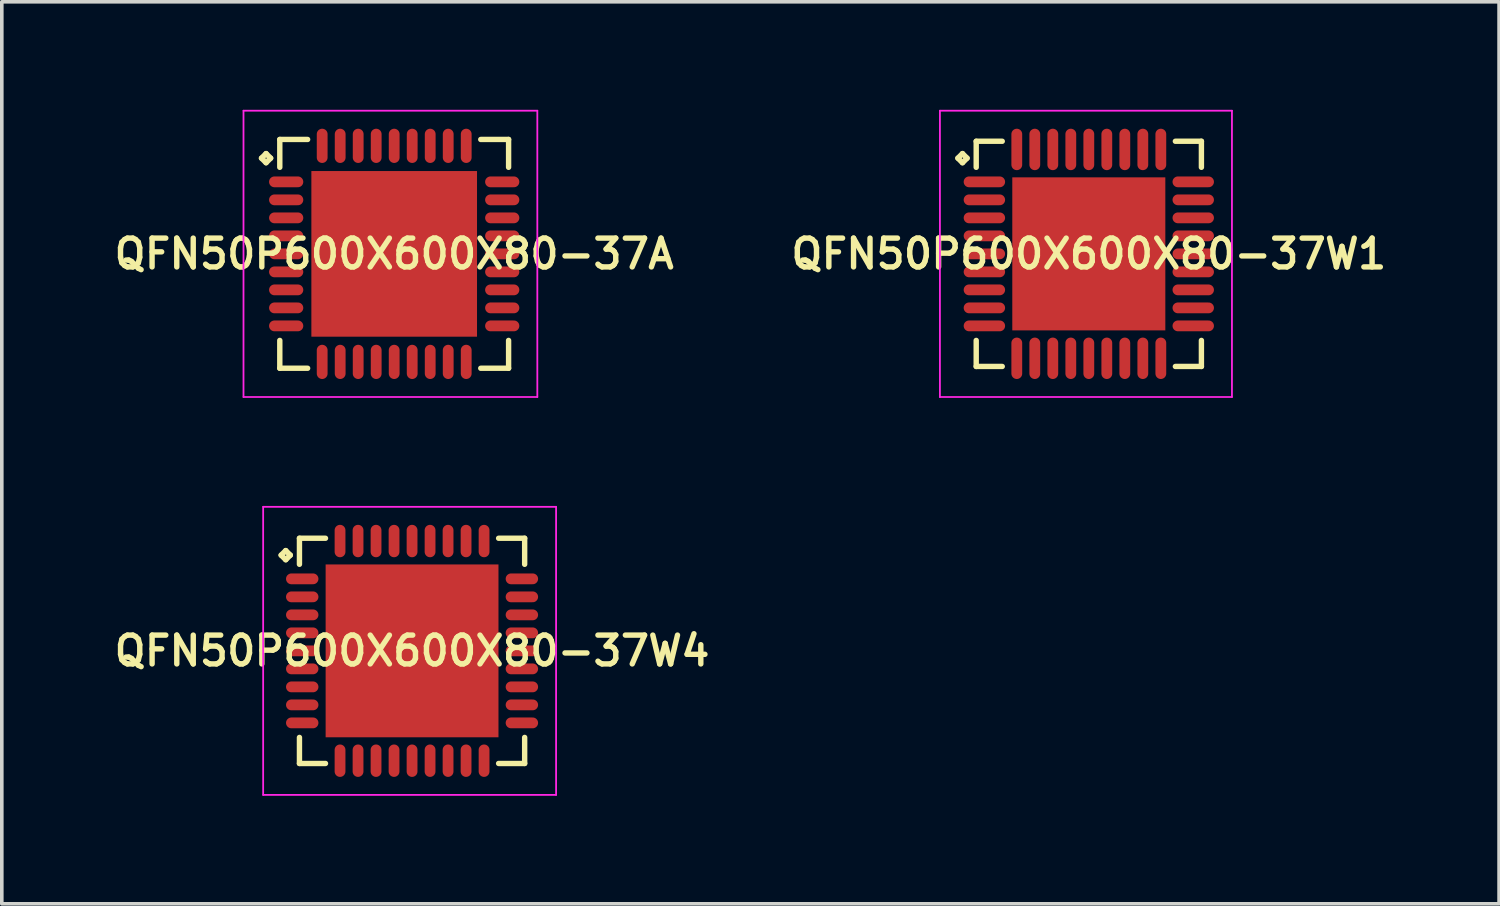
<source format=kicad_pcb>
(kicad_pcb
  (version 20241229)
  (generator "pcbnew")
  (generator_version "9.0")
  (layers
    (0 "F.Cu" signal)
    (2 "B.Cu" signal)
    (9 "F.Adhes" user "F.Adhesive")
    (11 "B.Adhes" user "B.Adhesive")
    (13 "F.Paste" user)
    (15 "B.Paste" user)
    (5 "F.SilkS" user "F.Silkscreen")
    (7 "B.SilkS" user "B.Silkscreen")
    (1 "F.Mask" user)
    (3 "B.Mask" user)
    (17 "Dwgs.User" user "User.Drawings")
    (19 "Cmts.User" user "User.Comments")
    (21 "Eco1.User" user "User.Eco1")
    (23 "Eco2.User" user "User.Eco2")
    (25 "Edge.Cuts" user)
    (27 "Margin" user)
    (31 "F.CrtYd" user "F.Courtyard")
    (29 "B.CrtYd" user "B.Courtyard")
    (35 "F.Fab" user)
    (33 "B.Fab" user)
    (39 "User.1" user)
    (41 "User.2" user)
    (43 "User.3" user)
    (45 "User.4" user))
  (footprint "QFN50P600X600X80-37A"
    (layer "F.Cu")
    (at 7.897 4)
    (property "Reference" "QFN50P600X600X80-37A" (at 0 0 0) (layer "F.SilkS") (effects (font (size 0.8 0.8) (thickness 0.15))))
    (attr smd)
    (fp_line (start -3.685 -2.658) (end -3.558 -2.785) (stroke (width 0.15) (type solid)) (layer "F.SilkS"))
    (fp_line (start -3.558 -2.785) (end -3.431 -2.658) (stroke (width 0.15) (type solid)) (layer "F.SilkS"))
    (fp_line (start -3.558 -2.531) (end -3.685 -2.658) (stroke (width 0.15) (type solid)) (layer "F.SilkS"))
    (fp_line (start -3.431 -2.658) (end -3.558 -2.531) (stroke (width 0.15) (type solid)) (layer "F.SilkS"))
    (fp_line (start -3.177 -3.177) (end -2.404 -3.177) (stroke (width 0.15) (type solid)) (layer "F.SilkS"))
    (fp_line (start -3.177 -2.404) (end -3.177 -3.177) (stroke (width 0.15) (type solid)) (layer "F.SilkS"))
    (fp_line (start -3.177 2.404) (end -3.177 3.177) (stroke (width 0.15) (type solid)) (layer "F.SilkS"))
    (fp_line (start -3.177 3.177) (end -2.404 3.177) (stroke (width 0.15) (type solid)) (layer "F.SilkS"))
    (fp_line (start 2.404 -3.177) (end 3.177 -3.177) (stroke (width 0.15) (type solid)) (layer "F.SilkS"))
    (fp_line (start 2.404 3.177) (end 3.177 3.177) (stroke (width 0.15) (type solid)) (layer "F.SilkS"))
    (fp_line (start 3.177 -3.177) (end 3.177 -2.404) (stroke (width 0.15) (type solid)) (layer "F.SilkS"))
    (fp_line (start 3.177 3.177) (end 3.177 2.404) (stroke (width 0.15) (type solid)) (layer "F.SilkS"))
    (fp_line (start -4.185 -3.975) (end 3.975 -3.975) (stroke (width 0.05) (type solid)) (layer "F.CrtYd"))
    (fp_line (start -4.185 3.975) (end -4.185 -3.975) (stroke (width 0.05) (type solid)) (layer "F.CrtYd"))
    (fp_line (start 3.975 -3.975) (end 3.975 3.975) (stroke (width 0.05) (type solid)) (layer "F.CrtYd"))
    (fp_line (start 3.975 3.975) (end -4.185 3.975) (stroke (width 0.05) (type solid)) (layer "F.CrtYd"))
    (pad "1" smd oval (at -3 -2) (size 0.95 0.3) (layers "F.Cu" "F.Mask" "F.Paste"))
    (pad "2" smd oval (at -3 -1.5) (size 0.95 0.3) (layers "F.Cu" "F.Mask" "F.Paste"))
    (pad "3" smd oval (at -3 -1) (size 0.95 0.3) (layers "F.Cu" "F.Mask" "F.Paste"))
    (pad "4" smd oval (at -3 -0.5) (size 0.95 0.3) (layers "F.Cu" "F.Mask" "F.Paste"))
    (pad "5" smd oval (at -3 0) (size 0.95 0.3) (layers "F.Cu" "F.Mask" "F.Paste"))
    (pad "6" smd oval (at -3 0.5) (size 0.95 0.3) (layers "F.Cu" "F.Mask" "F.Paste"))
    (pad "7" smd oval (at -3 1) (size 0.95 0.3) (layers "F.Cu" "F.Mask" "F.Paste"))
    (pad "8" smd oval (at -3 1.5) (size 0.95 0.3) (layers "F.Cu" "F.Mask" "F.Paste"))
    (pad "9" smd oval (at -3 2) (size 0.95 0.3) (layers "F.Cu" "F.Mask" "F.Paste"))
    (pad "10" smd oval (at -2 3) (size 0.3 0.95) (layers "F.Cu" "F.Mask" "F.Paste"))
    (pad "11" smd oval (at -1.5 3) (size 0.3 0.95) (layers "F.Cu" "F.Mask" "F.Paste"))
    (pad "12" smd oval (at -1 3) (size 0.3 0.95) (layers "F.Cu" "F.Mask" "F.Paste"))
    (pad "13" smd oval (at -0.5 3) (size 0.3 0.95) (layers "F.Cu" "F.Mask" "F.Paste"))
    (pad "14" smd oval (at 0 3) (size 0.3 0.95) (layers "F.Cu" "F.Mask" "F.Paste"))
    (pad "15" smd oval (at 0.5 3) (size 0.3 0.95) (layers "F.Cu" "F.Mask" "F.Paste"))
    (pad "16" smd oval (at 1 3) (size 0.3 0.95) (layers "F.Cu" "F.Mask" "F.Paste"))
    (pad "17" smd oval (at 1.5 3) (size 0.3 0.95) (layers "F.Cu" "F.Mask" "F.Paste"))
    (pad "18" smd oval (at 2 3) (size 0.3 0.95) (layers "F.Cu" "F.Mask" "F.Paste"))
    (pad "19" smd oval (at 3 2) (size 0.95 0.3) (layers "F.Cu" "F.Mask" "F.Paste"))
    (pad "20" smd oval (at 3 1.5) (size 0.95 0.3) (layers "F.Cu" "F.Mask" "F.Paste"))
    (pad "21" smd oval (at 3 1) (size 0.95 0.3) (layers "F.Cu" "F.Mask" "F.Paste"))
    (pad "22" smd oval (at 3 0.5) (size 0.95 0.3) (layers "F.Cu" "F.Mask" "F.Paste"))
    (pad "23" smd oval (at 3 0) (size 0.95 0.3) (layers "F.Cu" "F.Mask" "F.Paste"))
    (pad "24" smd oval (at 3 -0.5) (size 0.95 0.3) (layers "F.Cu" "F.Mask" "F.Paste"))
    (pad "25" smd oval (at 3 -1) (size 0.95 0.3) (layers "F.Cu" "F.Mask" "F.Paste"))
    (pad "26" smd oval (at 3 -1.5) (size 0.95 0.3) (layers "F.Cu" "F.Mask" "F.Paste"))
    (pad "27" smd oval (at 3 -2) (size 0.95 0.3) (layers "F.Cu" "F.Mask" "F.Paste"))
    (pad "28" smd oval (at 2 -3) (size 0.3 0.95) (layers "F.Cu" "F.Mask" "F.Paste"))
    (pad "29" smd oval (at 1.5 -3) (size 0.3 0.95) (layers "F.Cu" "F.Mask" "F.Paste"))
    (pad "30" smd oval (at 1 -3) (size 0.3 0.95) (layers "F.Cu" "F.Mask" "F.Paste"))
    (pad "31" smd oval (at 0.5 -3) (size 0.3 0.95) (layers "F.Cu" "F.Mask" "F.Paste"))
    (pad "32" smd oval (at 0 -3) (size 0.3 0.95) (layers "F.Cu" "F.Mask" "F.Paste"))
    (pad "33" smd oval (at -0.5 -3) (size 0.3 0.95) (layers "F.Cu" "F.Mask" "F.Paste"))
    (pad "34" smd oval (at -1 -3) (size 0.3 0.95) (layers "F.Cu" "F.Mask" "F.Paste"))
    (pad "35" smd oval (at -1.5 -3) (size 0.3 0.95) (layers "F.Cu" "F.Mask" "F.Paste"))
    (pad "36" smd oval (at -2 -3) (size 0.3 0.95) (layers "F.Cu" "F.Mask" "F.Paste"))
    (pad "37" smd rect (at 0 0) (size 4.6 4.6) (layers "F.Cu" "F.Mask" "F.Paste")))
  (footprint "QFN50P600X600X80-37W1"
    (layer "F.Cu")
    (at 27.187 4)
    (property "Reference" "QFN50P600X600X80-37W1" (at 0 0 0) (layer "F.SilkS") (effects (font (size 0.8 0.8) (thickness 0.15))))
    (attr smd)
    (fp_line (start -3.635 -2.658) (end -3.508 -2.785) (stroke (width 0.15) (type solid)) (layer "F.SilkS"))
    (fp_line (start -3.508 -2.785) (end -3.381 -2.658) (stroke (width 0.15) (type solid)) (layer "F.SilkS"))
    (fp_line (start -3.508 -2.531) (end -3.635 -2.658) (stroke (width 0.15) (type solid)) (layer "F.SilkS"))
    (fp_line (start -3.381 -2.658) (end -3.508 -2.531) (stroke (width 0.15) (type solid)) (layer "F.SilkS"))
    (fp_line (start -3.127 -3.127) (end -2.404 -3.127) (stroke (width 0.15) (type solid)) (layer "F.SilkS"))
    (fp_line (start -3.127 -2.404) (end -3.127 -3.127) (stroke (width 0.15) (type solid)) (layer "F.SilkS"))
    (fp_line (start -3.127 2.404) (end -3.127 3.127) (stroke (width 0.15) (type solid)) (layer "F.SilkS"))
    (fp_line (start -3.127 3.127) (end -2.404 3.127) (stroke (width 0.15) (type solid)) (layer "F.SilkS"))
    (fp_line (start 2.404 -3.127) (end 3.127 -3.127) (stroke (width 0.15) (type solid)) (layer "F.SilkS"))
    (fp_line (start 2.404 3.127) (end 3.127 3.127) (stroke (width 0.15) (type solid)) (layer "F.SilkS"))
    (fp_line (start 3.127 -3.127) (end 3.127 -2.404) (stroke (width 0.15) (type solid)) (layer "F.SilkS"))
    (fp_line (start 3.127 3.127) (end 3.127 2.404) (stroke (width 0.15) (type solid)) (layer "F.SilkS"))
    (fp_line (start -4.135 -3.975) (end 3.975 -3.975) (stroke (width 0.05) (type solid)) (layer "F.CrtYd"))
    (fp_line (start -4.135 3.975) (end -4.135 -3.975) (stroke (width 0.05) (type solid)) (layer "F.CrtYd"))
    (fp_line (start 3.975 -3.975) (end 3.975 3.975) (stroke (width 0.05) (type solid)) (layer "F.CrtYd"))
    (fp_line (start 3.975 3.975) (end -4.135 3.975) (stroke (width 0.05) (type solid)) (layer "F.CrtYd"))
    (pad "1" smd oval (at -2.9 -2) (size 1.15 0.3) (layers "F.Cu" "F.Mask" "F.Paste"))
    (pad "2" smd oval (at -2.9 -1.5) (size 1.15 0.3) (layers "F.Cu" "F.Mask" "F.Paste"))
    (pad "3" smd oval (at -2.9 -1) (size 1.15 0.3) (layers "F.Cu" "F.Mask" "F.Paste"))
    (pad "4" smd oval (at -2.9 -0.5) (size 1.15 0.3) (layers "F.Cu" "F.Mask" "F.Paste"))
    (pad "5" smd oval (at -2.9 0) (size 1.15 0.3) (layers "F.Cu" "F.Mask" "F.Paste"))
    (pad "6" smd oval (at -2.9 0.5) (size 1.15 0.3) (layers "F.Cu" "F.Mask" "F.Paste"))
    (pad "7" smd oval (at -2.9 1) (size 1.15 0.3) (layers "F.Cu" "F.Mask" "F.Paste"))
    (pad "8" smd oval (at -2.9 1.5) (size 1.15 0.3) (layers "F.Cu" "F.Mask" "F.Paste"))
    (pad "9" smd oval (at -2.9 2) (size 1.15 0.3) (layers "F.Cu" "F.Mask" "F.Paste"))
    (pad "10" smd oval (at -2 2.9) (size 0.3 1.15) (layers "F.Cu" "F.Mask" "F.Paste"))
    (pad "11" smd oval (at -1.5 2.9) (size 0.3 1.15) (layers "F.Cu" "F.Mask" "F.Paste"))
    (pad "12" smd oval (at -1 2.9) (size 0.3 1.15) (layers "F.Cu" "F.Mask" "F.Paste"))
    (pad "13" smd oval (at -0.5 2.9) (size 0.3 1.15) (layers "F.Cu" "F.Mask" "F.Paste"))
    (pad "14" smd oval (at 0 2.9) (size 0.3 1.15) (layers "F.Cu" "F.Mask" "F.Paste"))
    (pad "15" smd oval (at 0.5 2.9) (size 0.3 1.15) (layers "F.Cu" "F.Mask" "F.Paste"))
    (pad "16" smd oval (at 1 2.9) (size 0.3 1.15) (layers "F.Cu" "F.Mask" "F.Paste"))
    (pad "17" smd oval (at 1.5 2.9) (size 0.3 1.15) (layers "F.Cu" "F.Mask" "F.Paste"))
    (pad "18" smd oval (at 2 2.9) (size 0.3 1.15) (layers "F.Cu" "F.Mask" "F.Paste"))
    (pad "19" smd oval (at 2.9 2) (size 1.15 0.3) (layers "F.Cu" "F.Mask" "F.Paste"))
    (pad "20" smd oval (at 2.9 1.5) (size 1.15 0.3) (layers "F.Cu" "F.Mask" "F.Paste"))
    (pad "21" smd oval (at 2.9 1) (size 1.15 0.3) (layers "F.Cu" "F.Mask" "F.Paste"))
    (pad "22" smd oval (at 2.9 0.5) (size 1.15 0.3) (layers "F.Cu" "F.Mask" "F.Paste"))
    (pad "23" smd oval (at 2.9 0) (size 1.15 0.3) (layers "F.Cu" "F.Mask" "F.Paste"))
    (pad "24" smd oval (at 2.9 -0.5) (size 1.15 0.3) (layers "F.Cu" "F.Mask" "F.Paste"))
    (pad "25" smd oval (at 2.9 -1) (size 1.15 0.3) (layers "F.Cu" "F.Mask" "F.Paste"))
    (pad "26" smd oval (at 2.9 -1.5) (size 1.15 0.3) (layers "F.Cu" "F.Mask" "F.Paste"))
    (pad "27" smd oval (at 2.9 -2) (size 1.15 0.3) (layers "F.Cu" "F.Mask" "F.Paste"))
    (pad "28" smd oval (at 2 -2.9) (size 0.3 1.15) (layers "F.Cu" "F.Mask" "F.Paste"))
    (pad "29" smd oval (at 1.5 -2.9) (size 0.3 1.15) (layers "F.Cu" "F.Mask" "F.Paste"))
    (pad "30" smd oval (at 1 -2.9) (size 0.3 1.15) (layers "F.Cu" "F.Mask" "F.Paste"))
    (pad "31" smd oval (at 0.5 -2.9) (size 0.3 1.15) (layers "F.Cu" "F.Mask" "F.Paste"))
    (pad "32" smd oval (at 0 -2.9) (size 0.3 1.15) (layers "F.Cu" "F.Mask" "F.Paste"))
    (pad "33" smd oval (at -0.5 -2.9) (size 0.3 1.15) (layers "F.Cu" "F.Mask" "F.Paste"))
    (pad "34" smd oval (at -1 -2.9) (size 0.3 1.15) (layers "F.Cu" "F.Mask" "F.Paste"))
    (pad "35" smd oval (at -1.5 -2.9) (size 0.3 1.15) (layers "F.Cu" "F.Mask" "F.Paste"))
    (pad "36" smd oval (at -2 -2.9) (size 0.3 1.15) (layers "F.Cu" "F.Mask" "F.Paste"))
    (pad "37" smd rect (at 0 0) (size 4.25 4.25) (layers "F.Cu" "F.Mask" "F.Paste")))
  (footprint "QFN50P600X600X80-37W4"
    (layer "F.Cu")
    (at 8.393 15.025)
    (property "Reference" "QFN50P600X600X80-37W4" (at 0 0 0) (layer "F.SilkS") (effects (font (size 0.8 0.8) (thickness 0.15))))
    (attr smd)
    (fp_line (start -3.635 -2.658) (end -3.508 -2.785) (stroke (width 0.15) (type solid)) (layer "F.SilkS"))
    (fp_line (start -3.508 -2.785) (end -3.381 -2.658) (stroke (width 0.15) (type solid)) (layer "F.SilkS"))
    (fp_line (start -3.508 -2.531) (end -3.635 -2.658) (stroke (width 0.15) (type solid)) (layer "F.SilkS"))
    (fp_line (start -3.381 -2.658) (end -3.508 -2.531) (stroke (width 0.15) (type solid)) (layer "F.SilkS"))
    (fp_line (start -3.127 -3.127) (end -2.404 -3.127) (stroke (width 0.15) (type solid)) (layer "F.SilkS"))
    (fp_line (start -3.127 -2.404) (end -3.127 -3.127) (stroke (width 0.15) (type solid)) (layer "F.SilkS"))
    (fp_line (start -3.127 2.404) (end -3.127 3.127) (stroke (width 0.15) (type solid)) (layer "F.SilkS"))
    (fp_line (start -3.127 3.127) (end -2.404 3.127) (stroke (width 0.15) (type solid)) (layer "F.SilkS"))
    (fp_line (start 2.404 -3.127) (end 3.127 -3.127) (stroke (width 0.15) (type solid)) (layer "F.SilkS"))
    (fp_line (start 2.404 3.127) (end 3.127 3.127) (stroke (width 0.15) (type solid)) (layer "F.SilkS"))
    (fp_line (start 3.127 -3.127) (end 3.127 -2.404) (stroke (width 0.15) (type solid)) (layer "F.SilkS"))
    (fp_line (start 3.127 3.127) (end 3.127 2.404) (stroke (width 0.15) (type solid)) (layer "F.SilkS"))
    (fp_line (start -4.135 -4) (end 4 -4) (stroke (width 0.05) (type solid)) (layer "F.CrtYd"))
    (fp_line (start -4.135 4) (end -4.135 -4) (stroke (width 0.05) (type solid)) (layer "F.CrtYd"))
    (fp_line (start 4 -4) (end 4 4) (stroke (width 0.05) (type solid)) (layer "F.CrtYd"))
    (fp_line (start 4 4) (end -4.135 4) (stroke (width 0.05) (type solid)) (layer "F.CrtYd"))
    (pad "1" smd oval (at -3.05 -2) (size 0.9 0.3) (layers "F.Cu" "F.Mask" "F.Paste"))
    (pad "2" smd oval (at -3.05 -1.5) (size 0.9 0.3) (layers "F.Cu" "F.Mask" "F.Paste"))
    (pad "3" smd oval (at -3.05 -1) (size 0.9 0.3) (layers "F.Cu" "F.Mask" "F.Paste"))
    (pad "4" smd oval (at -3.05 -0.5) (size 0.9 0.3) (layers "F.Cu" "F.Mask" "F.Paste"))
    (pad "5" smd oval (at -3.05 0) (size 0.9 0.3) (layers "F.Cu" "F.Mask" "F.Paste"))
    (pad "6" smd oval (at -3.05 0.5) (size 0.9 0.3) (layers "F.Cu" "F.Mask" "F.Paste"))
    (pad "7" smd oval (at -3.05 1) (size 0.9 0.3) (layers "F.Cu" "F.Mask" "F.Paste"))
    (pad "8" smd oval (at -3.05 1.5) (size 0.9 0.3) (layers "F.Cu" "F.Mask" "F.Paste"))
    (pad "9" smd oval (at -3.05 2) (size 0.9 0.3) (layers "F.Cu" "F.Mask" "F.Paste"))
    (pad "10" smd oval (at -2 3.05) (size 0.3 0.9) (layers "F.Cu" "F.Mask" "F.Paste"))
    (pad "11" smd oval (at -1.5 3.05) (size 0.3 0.9) (layers "F.Cu" "F.Mask" "F.Paste"))
    (pad "12" smd oval (at -1 3.05) (size 0.3 0.9) (layers "F.Cu" "F.Mask" "F.Paste"))
    (pad "13" smd oval (at -0.5 3.05) (size 0.3 0.9) (layers "F.Cu" "F.Mask" "F.Paste"))
    (pad "14" smd oval (at 0 3.05) (size 0.3 0.9) (layers "F.Cu" "F.Mask" "F.Paste"))
    (pad "15" smd oval (at 0.5 3.05) (size 0.3 0.9) (layers "F.Cu" "F.Mask" "F.Paste"))
    (pad "16" smd oval (at 1 3.05) (size 0.3 0.9) (layers "F.Cu" "F.Mask" "F.Paste"))
    (pad "17" smd oval (at 1.5 3.05) (size 0.3 0.9) (layers "F.Cu" "F.Mask" "F.Paste"))
    (pad "18" smd oval (at 2 3.05) (size 0.3 0.9) (layers "F.Cu" "F.Mask" "F.Paste"))
    (pad "19" smd oval (at 3.05 2) (size 0.9 0.3) (layers "F.Cu" "F.Mask" "F.Paste"))
    (pad "20" smd oval (at 3.05 1.5) (size 0.9 0.3) (layers "F.Cu" "F.Mask" "F.Paste"))
    (pad "21" smd oval (at 3.05 1) (size 0.9 0.3) (layers "F.Cu" "F.Mask" "F.Paste"))
    (pad "22" smd oval (at 3.05 0.5) (size 0.9 0.3) (layers "F.Cu" "F.Mask" "F.Paste"))
    (pad "23" smd oval (at 3.05 0) (size 0.9 0.3) (layers "F.Cu" "F.Mask" "F.Paste"))
    (pad "24" smd oval (at 3.05 -0.5) (size 0.9 0.3) (layers "F.Cu" "F.Mask" "F.Paste"))
    (pad "25" smd oval (at 3.05 -1) (size 0.9 0.3) (layers "F.Cu" "F.Mask" "F.Paste"))
    (pad "26" smd oval (at 3.05 -1.5) (size 0.9 0.3) (layers "F.Cu" "F.Mask" "F.Paste"))
    (pad "27" smd oval (at 3.05 -2) (size 0.9 0.3) (layers "F.Cu" "F.Mask" "F.Paste"))
    (pad "28" smd oval (at 2 -3.05) (size 0.3 0.9) (layers "F.Cu" "F.Mask" "F.Paste"))
    (pad "29" smd oval (at 1.5 -3.05) (size 0.3 0.9) (layers "F.Cu" "F.Mask" "F.Paste"))
    (pad "30" smd oval (at 1 -3.05) (size 0.3 0.9) (layers "F.Cu" "F.Mask" "F.Paste"))
    (pad "31" smd oval (at 0.5 -3.05) (size 0.3 0.9) (layers "F.Cu" "F.Mask" "F.Paste"))
    (pad "32" smd oval (at 0 -3.05) (size 0.3 0.9) (layers "F.Cu" "F.Mask" "F.Paste"))
    (pad "33" smd oval (at -0.5 -3.05) (size 0.3 0.9) (layers "F.Cu" "F.Mask" "F.Paste"))
    (pad "34" smd oval (at -1 -3.05) (size 0.3 0.9) (layers "F.Cu" "F.Mask" "F.Paste"))
    (pad "35" smd oval (at -1.5 -3.05) (size 0.3 0.9) (layers "F.Cu" "F.Mask" "F.Paste"))
    (pad "36" smd oval (at -2 -3.05) (size 0.3 0.9) (layers "F.Cu" "F.Mask" "F.Paste"))
    (pad "37" smd rect (at 0 0) (size 4.8 4.8) (layers "F.Cu" "F.Mask" "F.Paste")))
  (gr_rect
    (start -3 -3)
    (end 38.58 22.05)
    (stroke (width 0.1) (type default))
    (fill no)
    (layer "Edge.Cuts")))
</source>
